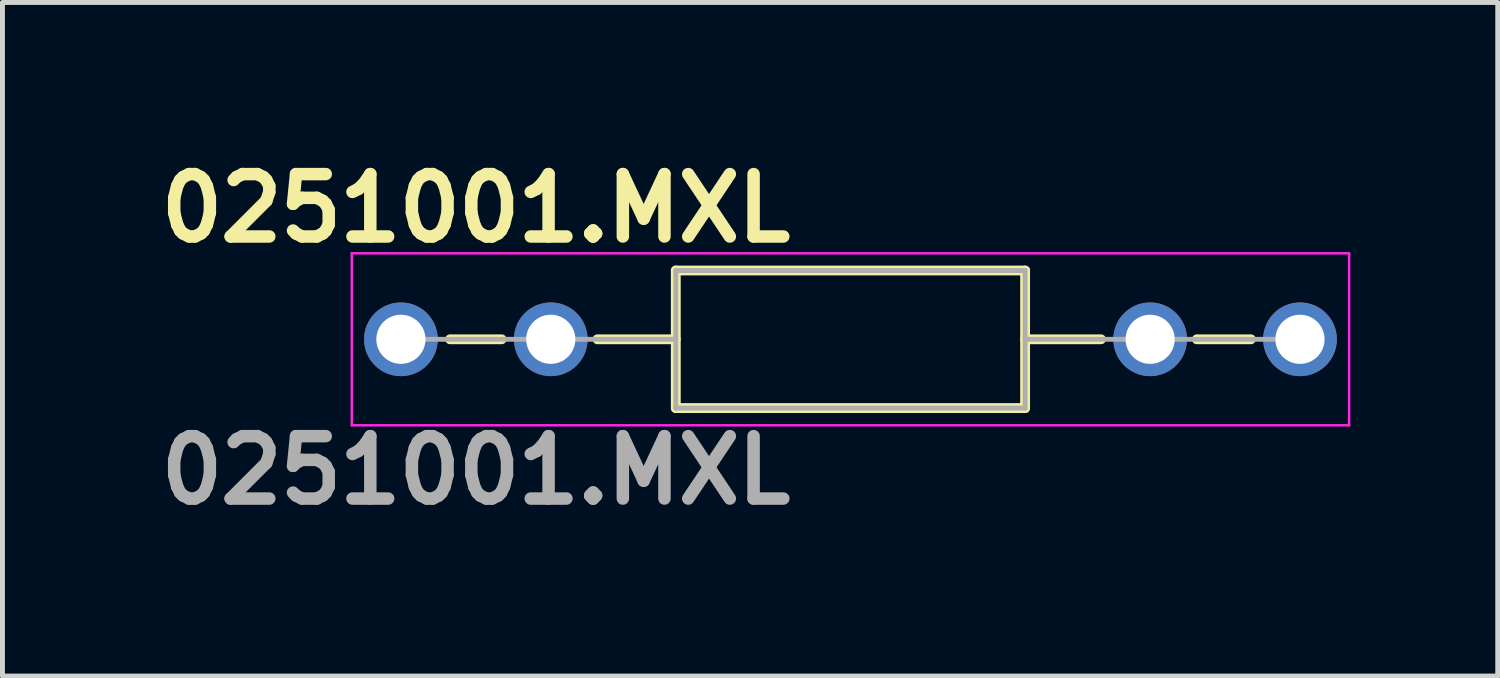
<source format=kicad_pcb>
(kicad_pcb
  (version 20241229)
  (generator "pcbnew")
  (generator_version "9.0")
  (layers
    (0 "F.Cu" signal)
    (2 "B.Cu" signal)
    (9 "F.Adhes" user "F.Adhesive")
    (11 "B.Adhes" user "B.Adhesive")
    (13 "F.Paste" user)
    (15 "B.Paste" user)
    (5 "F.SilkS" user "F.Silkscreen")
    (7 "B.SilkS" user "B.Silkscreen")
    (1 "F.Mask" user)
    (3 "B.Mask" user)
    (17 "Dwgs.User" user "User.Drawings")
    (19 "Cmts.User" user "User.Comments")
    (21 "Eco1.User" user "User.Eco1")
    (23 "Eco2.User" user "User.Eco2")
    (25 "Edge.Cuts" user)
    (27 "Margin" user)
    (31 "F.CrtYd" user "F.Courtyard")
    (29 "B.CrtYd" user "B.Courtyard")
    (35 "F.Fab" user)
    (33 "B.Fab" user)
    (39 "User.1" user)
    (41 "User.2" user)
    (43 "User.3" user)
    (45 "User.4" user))
  (footprint "0251001.MXL"
    (layer "F.Cu")
    (at 5.11 3.856)
    (property "Reference" "0251001.MXL" (at 1.524 -2.667 0) (layer "F.SilkS") (effects (font (size 1.27 1.27) (thickness 0.254))))
    (attr through_hole)
    (fp_line (start 1 0) (end 2.05 0) (stroke (width 0.2) (type solid)) (layer "F.SilkS"))
    (fp_line (start 5.595 -1.4) (end 12.705 -1.4) (stroke (width 0.2) (type solid)) (layer "F.SilkS"))
    (fp_line (start 5.595 0) (end 4 0) (stroke (width 0.2) (type solid)) (layer "F.SilkS"))
    (fp_line (start 5.595 1.4) (end 5.595 -1.4) (stroke (width 0.2) (type solid)) (layer "F.SilkS"))
    (fp_line (start 12.705 -1.4) (end 12.705 1.4) (stroke (width 0.2) (type solid)) (layer "F.SilkS"))
    (fp_line (start 12.705 0) (end 14.25 0) (stroke (width 0.2) (type solid)) (layer "F.SilkS"))
    (fp_line (start 12.705 1.4) (end 5.595 1.4) (stroke (width 0.2) (type solid)) (layer "F.SilkS"))
    (fp_line (start 16.2 0) (end 17.3 0) (stroke (width 0.2) (type solid)) (layer "F.SilkS"))
    (fp_line (start -1 -1.75) (end 19.3 -1.75) (stroke (width 0.05) (type solid)) (layer "F.CrtYd"))
    (fp_line (start -1 1.75) (end -1 -1.75) (stroke (width 0.05) (type solid)) (layer "F.CrtYd"))
    (fp_line (start 19.3 -1.75) (end 19.3 1.75) (stroke (width 0.05) (type solid)) (layer "F.CrtYd"))
    (fp_line (start 19.3 1.75) (end -1 1.75) (stroke (width 0.05) (type solid)) (layer "F.CrtYd"))
    (fp_line (start 0 0) (end 5.595 0) (stroke (width 0.1) (type solid)) (layer "F.Fab"))
    (fp_line (start 5.595 -1.4) (end 12.705 -1.4) (stroke (width 0.1) (type solid)) (layer "F.Fab"))
    (fp_line (start 5.595 1.4) (end 5.595 -1.4) (stroke (width 0.1) (type solid)) (layer "F.Fab"))
    (fp_line (start 12.705 -1.4) (end 12.705 1.4) (stroke (width 0.1) (type solid)) (layer "F.Fab"))
    (fp_line (start 12.705 0) (end 18.3 0) (stroke (width 0.1) (type solid)) (layer "F.Fab"))
    (fp_line (start 12.705 1.4) (end 5.595 1.4) (stroke (width 0.1) (type solid)) (layer "F.Fab"))
    (fp_text user "${REFERENCE}" (at 1.524 2.667 0) (layer "F.Fab") (effects (font (size 1.27 1.27) (thickness 0.254))))
    (pad "1" thru_hole circle (at 0 0) (size 1.5 1.5) (drill 1) (layers "*.Cu" "*.Mask"))
    (pad "1" thru_hole circle (at 3.05 0) (size 1.5 1.5) (drill 1) (layers "*.Cu" "*.Mask"))
    (pad "2" thru_hole circle (at 15.25 0) (size 1.5 1.5) (drill 1) (layers "*.Cu" "*.Mask"))
    (pad "2" thru_hole circle (at 18.3 0) (size 1.5 1.5) (drill 1) (layers "*.Cu" "*.Mask")))
  (gr_rect
    (start -3 -3)
    (end 27.435 10.711)
    (stroke (width 0.1) (type default))
    (fill no)
    (layer "Edge.Cuts")))
</source>
